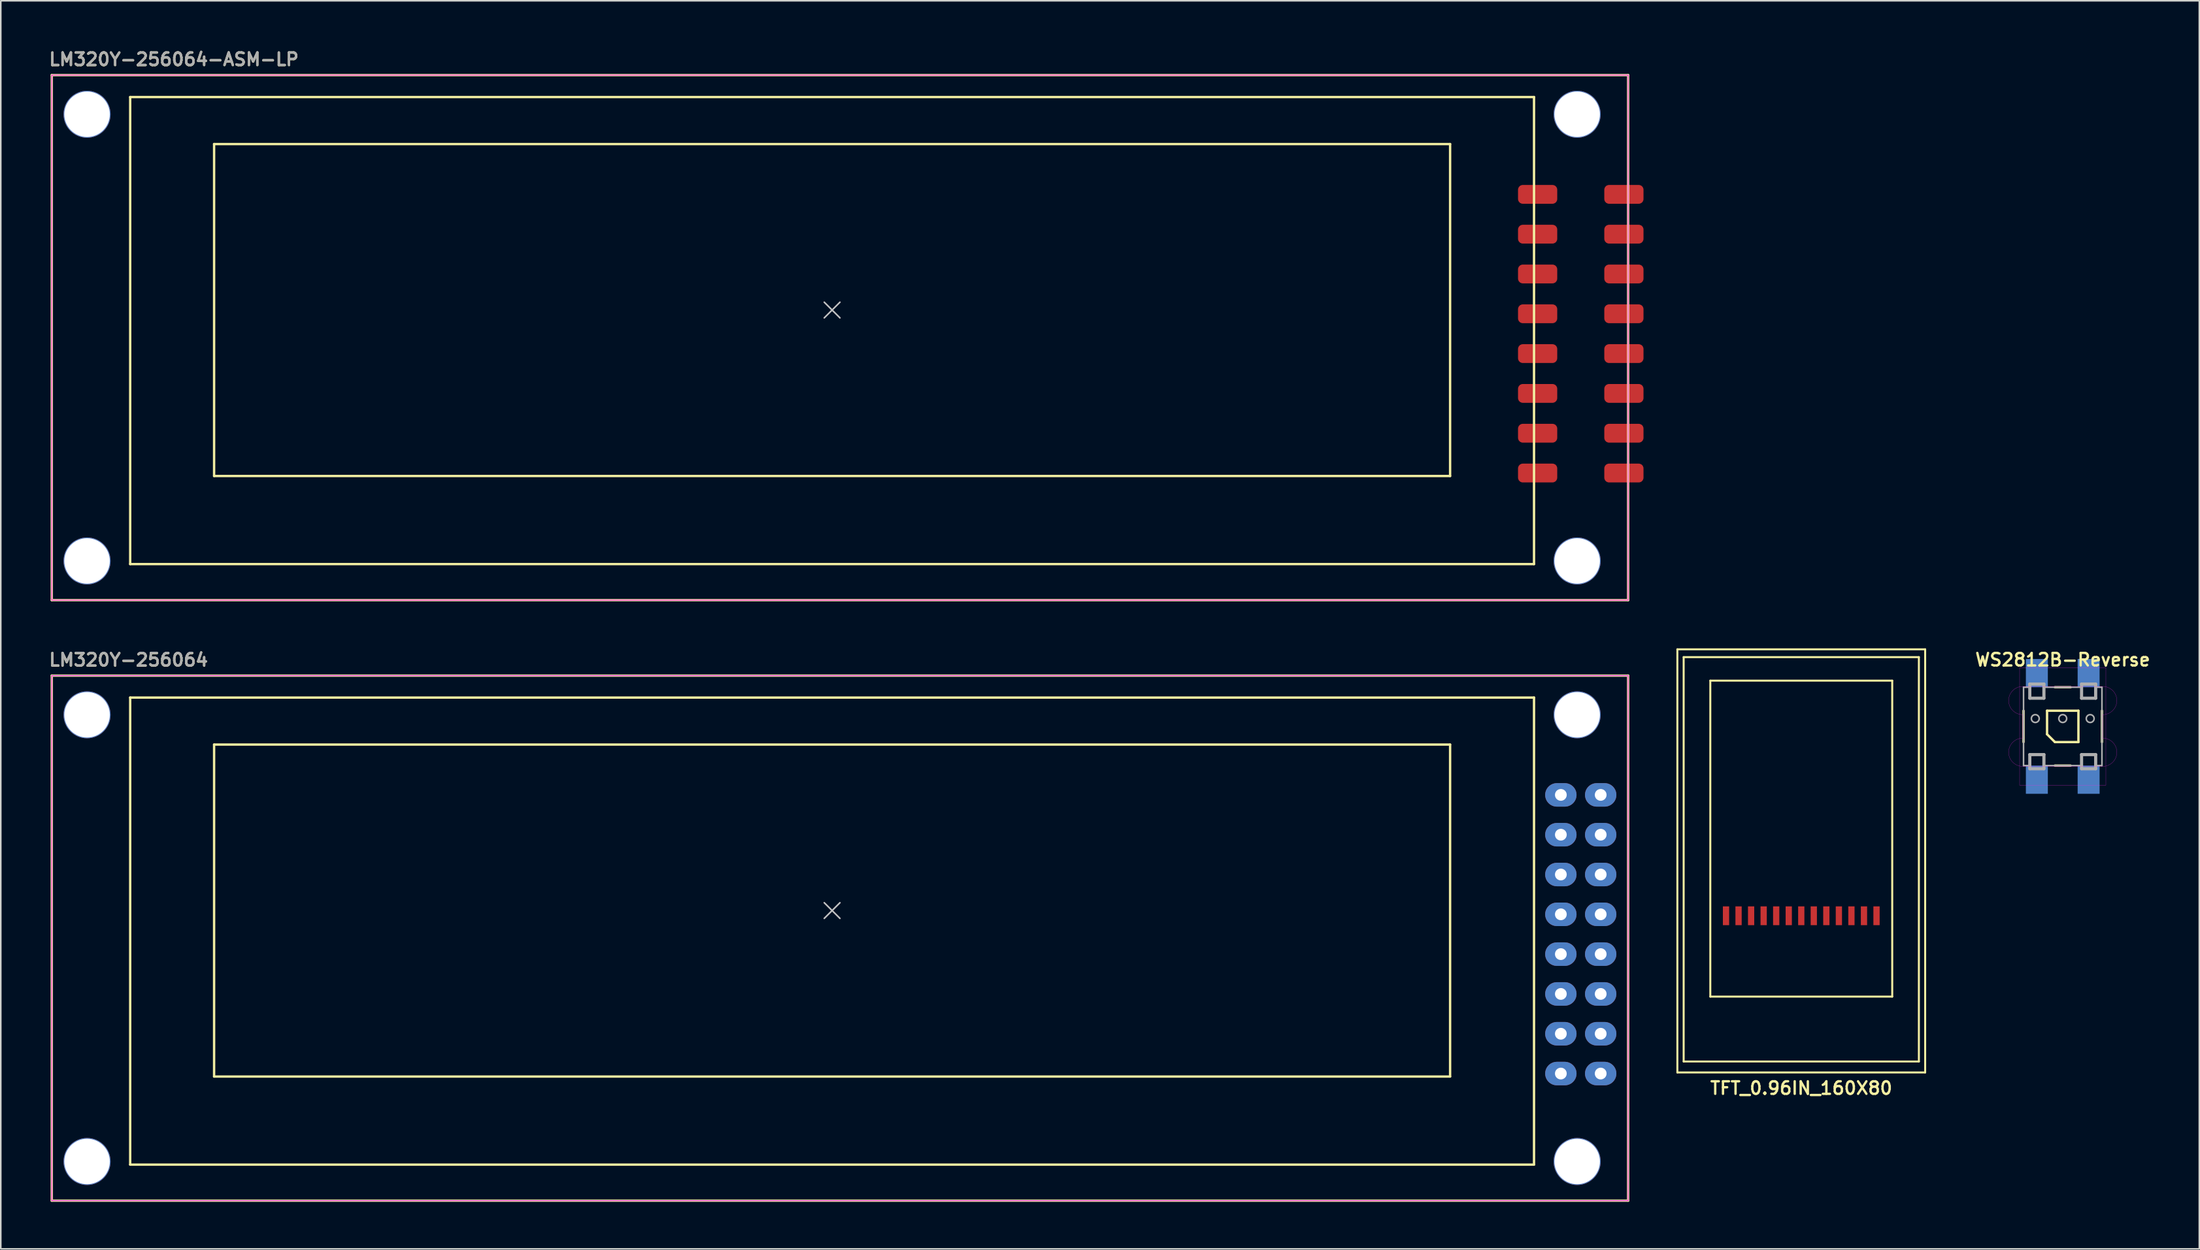
<source format=kicad_pcb>
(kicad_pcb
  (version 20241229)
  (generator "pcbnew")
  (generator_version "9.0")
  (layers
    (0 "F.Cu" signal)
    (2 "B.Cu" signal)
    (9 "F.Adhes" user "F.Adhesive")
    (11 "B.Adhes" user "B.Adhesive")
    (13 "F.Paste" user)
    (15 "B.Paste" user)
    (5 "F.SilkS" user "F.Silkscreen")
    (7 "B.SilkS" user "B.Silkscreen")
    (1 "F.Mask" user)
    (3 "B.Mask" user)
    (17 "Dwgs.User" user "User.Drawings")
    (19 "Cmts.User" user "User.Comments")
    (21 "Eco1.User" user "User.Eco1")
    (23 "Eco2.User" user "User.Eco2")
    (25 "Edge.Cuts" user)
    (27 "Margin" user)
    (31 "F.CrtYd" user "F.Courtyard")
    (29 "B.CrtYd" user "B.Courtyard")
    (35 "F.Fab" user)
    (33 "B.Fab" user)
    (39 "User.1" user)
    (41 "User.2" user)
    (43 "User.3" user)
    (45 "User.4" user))
  (footprint "LM320Y-256064"
    (layer "F.Cu")
    (at 50 55.047)
    (property "Reference" "LM320Y-256064" (at -50 -15.99 0) (layer "F.SilkS") (effects (font (size 0.8 0.8) (thickness 0.15)) (justify left)))
    (attr through_hole)
    (fp_line (start -49.75 -14.99) (end -49.75 18.51) (stroke (width 0.15) (type solid)) (layer "F.SilkS"))
    (fp_line (start -49.75 18.51) (end 50.75 18.51) (stroke (width 0.15) (type solid)) (layer "F.SilkS"))
    (fp_line (start -44.75 -13.59) (end -44.75 16.21) (stroke (width 0.15) (type solid)) (layer "F.SilkS"))
    (fp_line (start -44.75 16.21) (end 44.75 16.21) (stroke (width 0.15) (type solid)) (layer "F.SilkS"))
    (fp_line (start -39.4 -10.59) (end -39.4 10.59) (stroke (width 0.15) (type solid)) (layer "F.SilkS"))
    (fp_line (start -39.4 10.59) (end 39.4 10.59) (stroke (width 0.15) (type solid)) (layer "F.SilkS"))
    (fp_line (start 39.4 -10.59) (end -39.4 -10.59) (stroke (width 0.15) (type solid)) (layer "F.SilkS"))
    (fp_line (start 39.4 -10.59) (end 39.4 10.59) (stroke (width 0.15) (type solid)) (layer "F.SilkS"))
    (fp_line (start 44.75 -13.59) (end -44.75 -13.59) (stroke (width 0.15) (type solid)) (layer "F.SilkS"))
    (fp_line (start 44.75 16.21) (end 44.75 -13.59) (stroke (width 0.15) (type solid)) (layer "F.SilkS"))
    (fp_line (start 50.75 -14.99) (end -49.75 -14.99) (stroke (width 0.15) (type solid)) (layer "F.SilkS"))
    (fp_line (start 50.75 -14.99) (end 50.75 18.51) (stroke (width 0.15) (type solid)) (layer "F.SilkS"))
    (fp_line (start 0 0) (end -0.5 -0.5) (stroke (width 0.1) (type solid)) (layer "Dwgs.User"))
    (fp_line (start 0 0) (end -0.5 0.5) (stroke (width 0.1) (type solid)) (layer "Dwgs.User"))
    (fp_line (start 0 0) (end 0.5 -0.5) (stroke (width 0.1) (type solid)) (layer "Dwgs.User"))
    (fp_line (start 0 0) (end 0.5 0.5) (stroke (width 0.1) (type solid)) (layer "Dwgs.User"))
    (fp_line (start 46.46 10.4) (end 46.46 10.6) (stroke (width 0.1) (type solid)) (layer "Dwgs.User"))
    (fp_line (start -49.75 -14.99) (end 50.75 -14.99) (stroke (width 0.05) (type solid)) (layer "F.CrtYd"))
    (fp_line (start -49.75 18.51) (end -49.75 -14.99) (stroke (width 0.05) (type solid)) (layer "F.CrtYd"))
    (fp_line (start 50.75 -14.99) (end 50.75 18.51) (stroke (width 0.05) (type solid)) (layer "F.CrtYd"))
    (fp_line (start 50.75 18.51) (end -49.75 18.51) (stroke (width 0.05) (type solid)) (layer "F.CrtYd"))
    (fp_text user "${REFERENCE}" (at -50 -16 0) (layer "F.Fab") (effects (font (size 0.8 0.8) (thickness 0.15)) (justify left)))
    (pad "" np_thru_hole circle (at -47.5 -12.49) (size 3 3) (drill 2.9) (layers "*.Cu" "*.Mask"))
    (pad "" np_thru_hole circle (at -47.5 16.01) (size 3 3) (drill 2.9) (layers "*.Cu" "*.Mask"))
    (pad "" np_thru_hole circle (at 47.5 -12.49) (size 3 3) (drill 2.9) (layers "*.Cu" "*.Mask"))
    (pad "" np_thru_hole circle (at 47.5 16.01) (size 3 3) (drill 2.9) (layers "*.Cu" "*.Mask"))
    (pad "1" thru_hole oval (at 46.46 10.4) (size 2 1.5) (drill 0.75) (layers "*.Cu" "*.Mask"))
    (pad "2" thru_hole oval (at 49 10.4) (size 2 1.5) (drill 0.75) (layers "*.Cu" "*.Mask"))
    (pad "3" thru_hole oval (at 46.46 7.86) (size 2 1.5) (drill 0.75) (layers "*.Cu" "*.Mask"))
    (pad "4" thru_hole oval (at 49 7.86) (size 2 1.5) (drill 0.75) (layers "*.Cu" "*.Mask"))
    (pad "5" thru_hole oval (at 46.46 5.32) (size 2 1.5) (drill 0.75) (layers "*.Cu" "*.Mask"))
    (pad "6" thru_hole oval (at 49 5.32) (size 2 1.5) (drill 0.75) (layers "*.Cu" "*.Mask"))
    (pad "7" thru_hole oval (at 46.46 2.78) (size 2 1.5) (drill 0.75) (layers "*.Cu" "*.Mask"))
    (pad "8" thru_hole oval (at 49 2.78) (size 2 1.5) (drill 0.75) (layers "*.Cu" "*.Mask"))
    (pad "9" thru_hole oval (at 46.46 0.24) (size 2 1.5) (drill 0.75) (layers "*.Cu" "*.Mask"))
    (pad "10" thru_hole oval (at 49 0.24) (size 2 1.5) (drill 0.75) (layers "*.Cu" "*.Mask"))
    (pad "11" thru_hole oval (at 46.46 -2.3) (size 2 1.5) (drill 0.75) (layers "*.Cu" "*.Mask"))
    (pad "12" thru_hole oval (at 49 -2.3) (size 2 1.5) (drill 0.75) (layers "*.Cu" "*.Mask"))
    (pad "13" thru_hole oval (at 46.46 -4.84) (size 2 1.5) (drill 0.75) (layers "*.Cu" "*.Mask"))
    (pad "14" thru_hole oval (at 49 -4.84) (size 2 1.5) (drill 0.75) (layers "*.Cu" "*.Mask"))
    (pad "15" thru_hole oval (at 46.46 -7.38) (size 2 1.5) (drill 0.75) (layers "*.Cu" "*.Mask"))
    (pad "16" thru_hole oval (at 49 -7.38) (size 2 1.5) (drill 0.75) (layers "*.Cu" "*.Mask")))
  (footprint "LM320Y-256064-ASM-LP"
    (layer "F.Cu")
    (at 50 16.731)
    (property "Reference" "LM320Y-256064-ASM-LP" (at -50 -15.99 0) (layer "F.SilkS") (effects (font (size 0.8 0.8) (thickness 0.15)) (justify left)))
    (attr through_hole)
    (fp_line (start -49.75 -14.99) (end -49.75 18.51) (stroke (width 0.15) (type solid)) (layer "F.SilkS"))
    (fp_line (start -49.75 18.51) (end 50.75 18.51) (stroke (width 0.15) (type solid)) (layer "F.SilkS"))
    (fp_line (start -44.75 -13.59) (end -44.75 16.21) (stroke (width 0.15) (type solid)) (layer "F.SilkS"))
    (fp_line (start -44.75 16.21) (end 44.75 16.21) (stroke (width 0.15) (type solid)) (layer "F.SilkS"))
    (fp_line (start -39.4 -10.59) (end -39.4 10.59) (stroke (width 0.15) (type solid)) (layer "F.SilkS"))
    (fp_line (start -39.4 10.59) (end 39.4 10.59) (stroke (width 0.15) (type solid)) (layer "F.SilkS"))
    (fp_line (start 39.4 -10.59) (end -39.4 -10.59) (stroke (width 0.15) (type solid)) (layer "F.SilkS"))
    (fp_line (start 39.4 -10.59) (end 39.4 10.59) (stroke (width 0.15) (type solid)) (layer "F.SilkS"))
    (fp_line (start 44.75 -13.59) (end -44.75 -13.59) (stroke (width 0.15) (type solid)) (layer "F.SilkS"))
    (fp_line (start 44.75 16.21) (end 44.75 -13.59) (stroke (width 0.15) (type solid)) (layer "F.SilkS"))
    (fp_line (start 50.75 -14.99) (end -49.75 -14.99) (stroke (width 0.15) (type solid)) (layer "F.SilkS"))
    (fp_line (start 50.75 -14.99) (end 50.75 18.51) (stroke (width 0.15) (type solid)) (layer "F.SilkS"))
    (fp_line (start 0 0) (end -0.5 -0.5) (stroke (width 0.1) (type solid)) (layer "Dwgs.User"))
    (fp_line (start 0 0) (end -0.5 0.5) (stroke (width 0.1) (type solid)) (layer "Dwgs.User"))
    (fp_line (start 0 0) (end 0.5 -0.5) (stroke (width 0.1) (type solid)) (layer "Dwgs.User"))
    (fp_line (start 0 0) (end 0.5 0.5) (stroke (width 0.1) (type solid)) (layer "Dwgs.User"))
    (fp_line (start -49.75 -14.99) (end 50.75 -14.99) (stroke (width 0.05) (type solid)) (layer "F.CrtYd"))
    (fp_line (start -49.75 18.51) (end -49.75 -14.99) (stroke (width 0.05) (type solid)) (layer "F.CrtYd"))
    (fp_line (start 50.75 -14.99) (end 50.75 18.51) (stroke (width 0.05) (type solid)) (layer "F.CrtYd"))
    (fp_line (start 50.75 18.51) (end -49.75 18.51) (stroke (width 0.05) (type solid)) (layer "F.CrtYd"))
    (fp_text user "${REFERENCE}" (at -50 -16 0) (layer "F.Fab") (effects (font (size 0.8 0.8) (thickness 0.15)) (justify left)))
    (pad "" np_thru_hole circle (at -47.5 -12.49) (size 3 3) (drill 2.9) (layers "*.Cu" "*.Mask"))
    (pad "" np_thru_hole circle (at -47.5 16.01) (size 3 3) (drill 2.9) (layers "*.Cu" "*.Mask"))
    (pad "" np_thru_hole circle (at 47.5 -12.49) (size 3 3) (drill 2.9) (layers "*.Cu" "*.Mask"))
    (pad "" np_thru_hole circle (at 47.5 16.01) (size 3 3) (drill 2.9) (layers "*.Cu" "*.Mask"))
    (pad "1" smd roundrect (at 44.98 10.4) (size 2.5 1.2) (layers "F.Cu" "F.Mask" "F.Paste") (roundrect_rratio 0.25))
    (pad "2" smd roundrect (at 50.48 10.4) (size 2.5 1.2) (layers "F.Cu" "F.Mask" "F.Paste") (roundrect_rratio 0.25))
    (pad "3" smd roundrect (at 44.98 7.86) (size 2.5 1.2) (layers "F.Cu" "F.Mask" "F.Paste") (roundrect_rratio 0.25))
    (pad "4" smd roundrect (at 50.48 7.86) (size 2.5 1.2) (layers "F.Cu" "F.Mask" "F.Paste") (roundrect_rratio 0.25))
    (pad "5" smd roundrect (at 44.98 5.32) (size 2.5 1.2) (layers "F.Cu" "F.Mask" "F.Paste") (roundrect_rratio 0.25))
    (pad "6" smd roundrect (at 50.48 5.32) (size 2.5 1.2) (layers "F.Cu" "F.Mask" "F.Paste") (roundrect_rratio 0.25))
    (pad "7" smd roundrect (at 44.98 2.78) (size 2.5 1.2) (layers "F.Cu" "F.Mask" "F.Paste") (roundrect_rratio 0.25))
    (pad "8" smd roundrect (at 50.48 2.78) (size 2.5 1.2) (layers "F.Cu" "F.Mask" "F.Paste") (roundrect_rratio 0.25))
    (pad "9" smd roundrect (at 44.98 0.24) (size 2.5 1.2) (layers "F.Cu" "F.Mask" "F.Paste") (roundrect_rratio 0.25))
    (pad "10" smd roundrect (at 50.48 0.24) (size 2.5 1.2) (layers "F.Cu" "F.Mask" "F.Paste") (roundrect_rratio 0.25))
    (pad "11" smd roundrect (at 44.98 -2.3) (size 2.5 1.2) (layers "F.Cu" "F.Mask" "F.Paste") (roundrect_rratio 0.25))
    (pad "12" smd roundrect (at 50.48 -2.3) (size 2.5 1.2) (layers "F.Cu" "F.Mask" "F.Paste") (roundrect_rratio 0.25))
    (pad "13" smd roundrect (at 44.98 -4.84) (size 2.5 1.2) (layers "F.Cu" "F.Mask" "F.Paste") (roundrect_rratio 0.25))
    (pad "14" smd roundrect (at 50.48 -4.84) (size 2.5 1.2) (layers "F.Cu" "F.Mask" "F.Paste") (roundrect_rratio 0.25))
    (pad "15" smd roundrect (at 44.98 -7.38) (size 2.5 1.2) (layers "F.Cu" "F.Mask" "F.Paste") (roundrect_rratio 0.25))
    (pad "16" smd roundrect (at 50.48 -7.38) (size 2.5 1.2) (layers "F.Cu" "F.Mask" "F.Paste") (roundrect_rratio 0.25)))
  (footprint "WS2812B-Reverse"
    (layer "F.Cu")
    (at 128.458 43.297)
    (property "Reference" "WS2812B-Reverse" (at 0 -4.25 0) (layer "F.SilkS") (effects (font (size 0.8 0.8) (thickness 0.15))))
    (attr through_hole)
    (fp_line (start -2.5 -1) (end -2.5 1) (stroke (width 0.15) (type solid)) (layer "F.SilkS"))
    (fp_line (start -1 -1) (end 1 -1) (stroke (width 0.15) (type solid)) (layer "F.SilkS"))
    (fp_line (start -1 0.5) (end -1 -1) (stroke (width 0.15) (type solid)) (layer "F.SilkS"))
    (fp_line (start -0.5 -2.5) (end 0.5 -2.5) (stroke (width 0.15) (type solid)) (layer "F.SilkS"))
    (fp_line (start -0.5 1) (end -1 0.5) (stroke (width 0.15) (type solid)) (layer "F.SilkS"))
    (fp_line (start -0.5 2.5) (end 0.5 2.5) (stroke (width 0.15) (type solid)) (layer "F.SilkS"))
    (fp_line (start 1 -1) (end 1 1) (stroke (width 0.15) (type solid)) (layer "F.SilkS"))
    (fp_line (start 1 1) (end -0.5 1) (stroke (width 0.15) (type solid)) (layer "F.SilkS"))
    (fp_line (start 2.5 -1) (end 2.5 1) (stroke (width 0.15) (type solid)) (layer "F.SilkS"))
    (fp_line (start -2.75 -3.75) (end 2.75 -3.75) (stroke (width 0.01) (type solid)) (layer "F.CrtYd"))
    (fp_line (start -2.75 3.75) (end -2.75 -3.75) (stroke (width 0.01) (type solid)) (layer "F.CrtYd"))
    (fp_line (start -2.55 -2.55) (end 2.55 -2.55) (stroke (width 0.01) (type solid)) (layer "F.CrtYd"))
    (fp_line (start -2.55 0.75) (end -2.55 -0.75) (stroke (width 0.01) (type solid)) (layer "F.CrtYd"))
    (fp_line (start -2.55 2.55) (end 2.55 2.55) (stroke (width 0.01) (type solid)) (layer "F.CrtYd"))
    (fp_line (start 2.55 -0.75) (end 2.55 0.75) (stroke (width 0.01) (type solid)) (layer "F.CrtYd"))
    (fp_line (start 2.75 -3.75) (end 2.75 3.75) (stroke (width 0.01) (type solid)) (layer "F.CrtYd"))
    (fp_line (start 2.75 3.75) (end -2.75 3.75) (stroke (width 0.01) (type solid)) (layer "F.CrtYd"))
    (fp_arc (start -3.45 -1.65) (mid -3.186396 -2.286396) (end -2.55 -2.55) (stroke (width 0.01) (type solid)) (layer "F.CrtYd"))
    (fp_arc (start -3.45 1.65) (mid -3.186396 1.013604) (end -2.55 0.75) (stroke (width 0.01) (type solid)) (layer "F.CrtYd"))
    (fp_arc (start -2.55 -0.75) (mid -3.186396 -1.013604) (end -3.45 -1.65) (stroke (width 0.01) (type solid)) (layer "F.CrtYd"))
    (fp_arc (start -2.55 2.55) (mid -3.186396 2.286396) (end -3.45 1.65) (stroke (width 0.01) (type solid)) (layer "F.CrtYd"))
    (fp_arc (start 2.55 -2.55) (mid 3.186396 -2.286396) (end 3.45 -1.65) (stroke (width 0.01) (type solid)) (layer "F.CrtYd"))
    (fp_arc (start 2.55 0.75) (mid 3.186396 1.013604) (end 3.45 1.65) (stroke (width 0.01) (type solid)) (layer "F.CrtYd"))
    (fp_arc (start 3.45 -1.65) (mid 3.186396 -1.013604) (end 2.55 -0.75) (stroke (width 0.01) (type solid)) (layer "F.CrtYd"))
    (fp_arc (start 3.45 1.65) (mid 3.186396 2.286396) (end 2.55 2.55) (stroke (width 0.01) (type solid)) (layer "F.CrtYd"))
    (fp_line (start -2.5 -2.5) (end -2.1 -2.5) (stroke (width 0.1) (type solid)) (layer "F.Fab"))
    (fp_line (start -2.5 2.5) (end -2.1 2.5) (stroke (width 0.1) (type solid)) (layer "F.Fab"))
    (fp_line (start -2.499 2.499) (end -2.499 -2.499) (stroke (width 0.1) (type solid)) (layer "F.Fab"))
    (fp_line (start -2.1 -2.7) (end -1.2 -2.7) (stroke (width 0.2) (type solid)) (layer "F.Fab"))
    (fp_line (start -2.1 -1.8) (end -2.1 -2.7) (stroke (width 0.2) (type solid)) (layer "F.Fab"))
    (fp_line (start -2.1 1.8) (end -1.2 1.8) (stroke (width 0.2) (type solid)) (layer "F.Fab"))
    (fp_line (start -2.1 2.7) (end -2.1 1.8) (stroke (width 0.2) (type solid)) (layer "F.Fab"))
    (fp_line (start -1.2 -2.7) (end -1.2 -1.8) (stroke (width 0.2) (type solid)) (layer "F.Fab"))
    (fp_line (start -1.2 -2.5) (end 1.2 -2.5) (stroke (width 0.1) (type solid)) (layer "F.Fab"))
    (fp_line (start -1.2 -1.8) (end -2.1 -1.8) (stroke (width 0.2) (type solid)) (layer "F.Fab"))
    (fp_line (start -1.2 1.8) (end -1.2 2.7) (stroke (width 0.2) (type solid)) (layer "F.Fab"))
    (fp_line (start -1.2 2.5) (end 1.2 2.5) (stroke (width 0.1) (type solid)) (layer "F.Fab"))
    (fp_line (start -1.2 2.7) (end -2.1 2.7) (stroke (width 0.2) (type solid)) (layer "F.Fab"))
    (fp_line (start 1.2 -2.7) (end 1.2 -1.8) (stroke (width 0.2) (type solid)) (layer "F.Fab"))
    (fp_line (start 1.2 -1.8) (end 2.1 -1.8) (stroke (width 0.2) (type solid)) (layer "F.Fab"))
    (fp_line (start 1.2 1.8) (end 2.1 1.8) (stroke (width 0.2) (type solid)) (layer "F.Fab"))
    (fp_line (start 1.2 2.7) (end 1.2 1.8) (stroke (width 0.2) (type solid)) (layer "F.Fab"))
    (fp_line (start 2.1 -2.7) (end 1.2 -2.7) (stroke (width 0.2) (type solid)) (layer "F.Fab"))
    (fp_line (start 2.1 -2.5) (end 2.5 -2.5) (stroke (width 0.1) (type solid)) (layer "F.Fab"))
    (fp_line (start 2.1 -1.8) (end 2.1 -2.7) (stroke (width 0.2) (type solid)) (layer "F.Fab"))
    (fp_line (start 2.1 1.8) (end 2.1 2.7) (stroke (width 0.2) (type solid)) (layer "F.Fab"))
    (fp_line (start 2.1 2.5) (end 2.5 2.5) (stroke (width 0.1) (type solid)) (layer "F.Fab"))
    (fp_line (start 2.1 2.7) (end 1.2 2.7) (stroke (width 0.2) (type solid)) (layer "F.Fab"))
    (fp_line (start 2.5 -2.5) (end 2.5 2.5) (stroke (width 0.1) (type solid)) (layer "F.Fab"))
    (fp_circle (center -1.75 -0.5) (end -1.75 -0.75) (stroke (width 0.1) (type solid)) (fill no) (layer "F.Fab"))
    (fp_circle (center 0 -0.5) (end 0 -0.75) (stroke (width 0.1) (type solid)) (fill no) (layer "F.Fab"))
    (fp_circle (center 1.75 -0.5) (end 1.75 -0.75) (stroke (width 0.1) (type solid)) (fill no) (layer "F.Fab"))
    (pad "1" smd rect (at 1.65 -3.4) (size 1.4 1.8) (layers "B.Cu" "B.Mask"))
    (pad "2" smd rect (at -1.65 -3.4) (size 1.4 1.8) (layers "B.Cu" "B.Mask"))
    (pad "3" smd rect (at -1.65 3.4) (size 1.4 1.8) (layers "B.Cu" "B.Mask"))
    (pad "4" smd rect (at 1.65 3.4) (size 1.4 1.8) (layers "B.Cu" "B.Mask")))
  (footprint "TFT_0.96IN_160X80"
    (layer "F.Cu")
    (at 111.788 65.377)
    (property "Reference" "TFT_0.96IN_160X80" (at 0 1 0) (layer "F.SilkS") (effects (font (size 0.8 0.8) (thickness 0.15))))
    (attr smd)
    (fp_line (start -7.899 -26.998) (end -7.899 0) (stroke (width 0.127) (type solid)) (layer "F.SilkS"))
    (fp_line (start -7.899 0) (end 7.899 0) (stroke (width 0.127) (type solid)) (layer "F.SilkS"))
    (fp_line (start -7.498 -26.5) (end 7.498 -26.5) (stroke (width 0.127) (type solid)) (layer "F.SilkS"))
    (fp_line (start -7.498 -0.699) (end -7.498 -26.5) (stroke (width 0.127) (type solid)) (layer "F.SilkS"))
    (fp_line (start -5.799 -24.999) (end 5.799 -24.999) (stroke (width 0.127) (type solid)) (layer "F.SilkS"))
    (fp_line (start -5.799 -4.839) (end -5.799 -24.999) (stroke (width 0.127) (type solid)) (layer "F.SilkS"))
    (fp_line (start 5.799 -24.999) (end 5.799 -4.839) (stroke (width 0.127) (type solid)) (layer "F.SilkS"))
    (fp_line (start 5.799 -4.839) (end -5.799 -4.839) (stroke (width 0.127) (type solid)) (layer "F.SilkS"))
    (fp_line (start 7.498 -26.5) (end 7.498 -0.699) (stroke (width 0.127) (type solid)) (layer "F.SilkS"))
    (fp_line (start 7.498 -0.699) (end -7.498 -0.699) (stroke (width 0.127) (type solid)) (layer "F.SilkS"))
    (fp_line (start 7.899 -26.998) (end -7.899 -26.998) (stroke (width 0.127) (type solid)) (layer "F.SilkS"))
    (fp_line (start 7.899 0) (end 7.899 -26.998) (stroke (width 0.127) (type solid)) (layer "F.SilkS"))
    (pad "1" smd rect (at -4.798 -9.997 90) (size 1.199 0.399) (layers "F.Cu" "F.Mask" "F.Paste"))
    (pad "2" smd rect (at -3.998 -9.997 90) (size 1.199 0.399) (layers "F.Cu" "F.Mask" "F.Paste"))
    (pad "3" smd rect (at -3.198 -9.997 90) (size 1.199 0.399) (layers "F.Cu" "F.Mask" "F.Paste"))
    (pad "4" smd rect (at -2.398 -9.997 90) (size 1.199 0.399) (layers "F.Cu" "F.Mask" "F.Paste"))
    (pad "5" smd rect (at -1.598 -9.997 90) (size 1.199 0.399) (layers "F.Cu" "F.Mask" "F.Paste"))
    (pad "6" smd rect (at -0.798 -9.997 90) (size 1.199 0.399) (layers "F.Cu" "F.Mask" "F.Paste"))
    (pad "7" smd rect (at 0 -9.997 90) (size 1.199 0.399) (layers "F.Cu" "F.Mask" "F.Paste"))
    (pad "8" smd rect (at 0.798 -9.997 90) (size 1.199 0.399) (layers "F.Cu" "F.Mask" "F.Paste"))
    (pad "9" smd rect (at 1.598 -9.997 90) (size 1.199 0.399) (layers "F.Cu" "F.Mask" "F.Paste"))
    (pad "10" smd rect (at 2.398 -9.997 90) (size 1.199 0.399) (layers "F.Cu" "F.Mask" "F.Paste"))
    (pad "11" smd rect (at 3.198 -9.997 90) (size 1.199 0.399) (layers "F.Cu" "F.Mask" "F.Paste"))
    (pad "12" smd rect (at 3.998 -9.997 90) (size 1.199 0.399) (layers "F.Cu" "F.Mask" "F.Paste"))
    (pad "13" smd rect (at 4.798 -9.997 90) (size 1.199 0.399) (layers "F.Cu" "F.Mask" "F.Paste")))
  (gr_rect
    (start -3 -3)
    (end 137.165 76.632)
    (stroke (width 0.1) (type default))
    (fill no)
    (layer "Edge.Cuts")))
</source>
